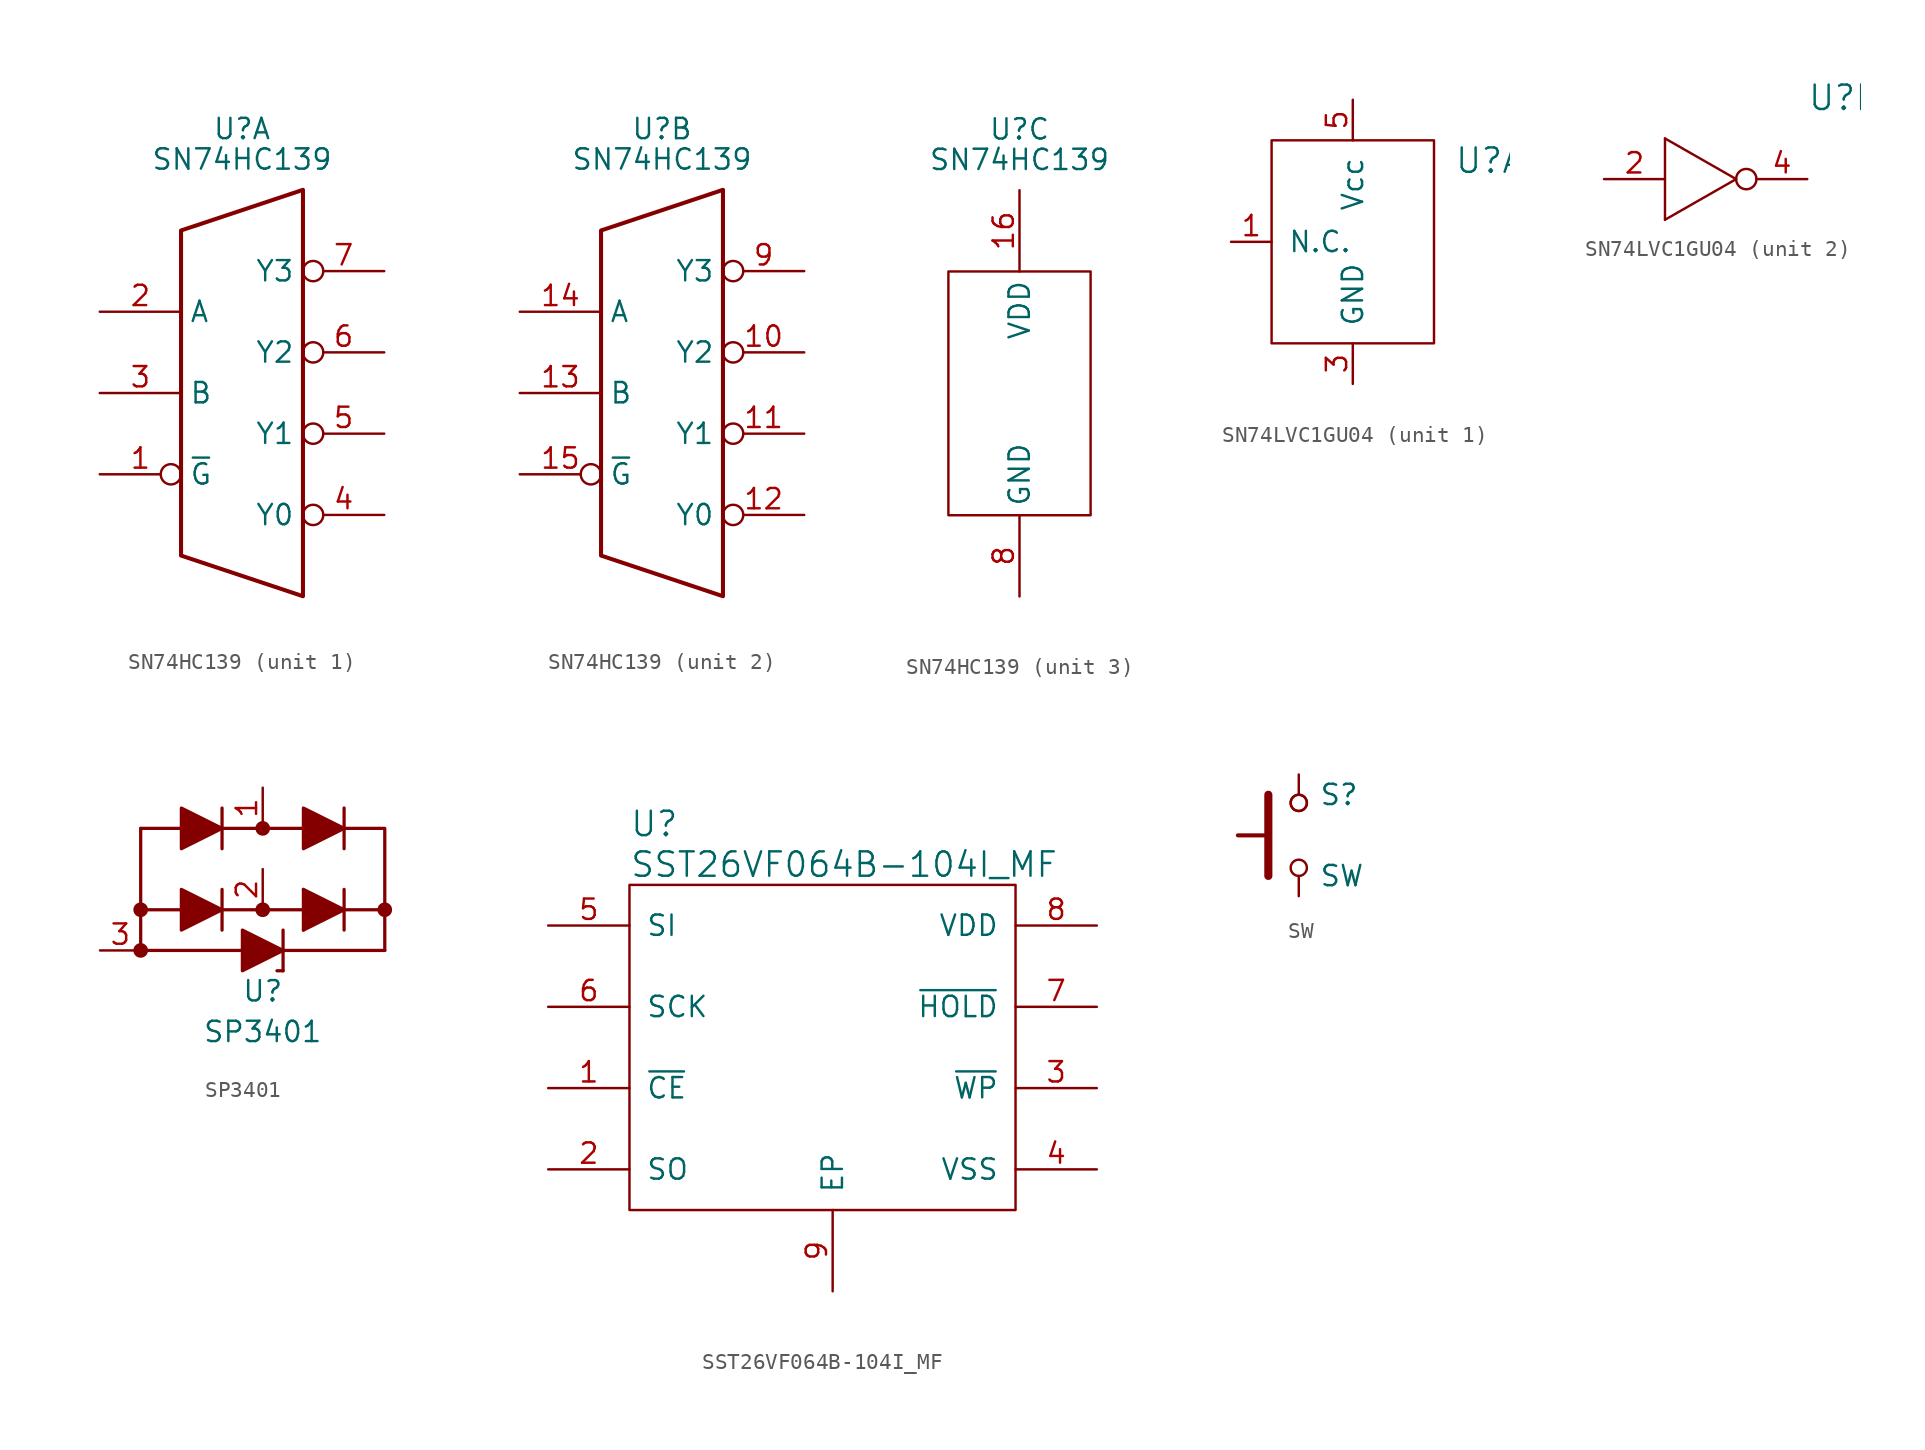
<source format=kicad_sym>
(kicad_symbol_lib
  (version 20231120)
  (generator "kicad_symbol_editor")
  (generator_version "8.0")
  (symbol "SN74HC139"
    (property "Reference" "U"
      (at 0 16.51 0)
      (effects (font (size 1.27 1.27))))
    (property "Value" "SN74HC139"
      (at 0 14.605 0)
      (effects (font (size 1.27 1.27))))
    (property "ki_locked" ""
      (at 0 0 0)
      (effects (font (size 1.27 1.27))))
    (symbol "SN74HC139_1_1"
      (polyline (pts (xy -3.81 10.16) (xy 3.81 12.7) (xy 3.81 -12.7) (xy -3.81 -10.16) (xy -3.81 10.16)) (stroke (width 0.254) (type default)) (fill (type none)))
      (pin input inverted (at -8.89 -5.08 0) (length 5.08) (name "~{G}" (effects (font (size 1.27 1.27)))) (number "1" (effects (font (size 1.27 1.27)))))
      (pin input line (at -8.89 5.08 0) (length 5.08) (name "A" (effects (font (size 1.27 1.27)))) (number "2" (effects (font (size 1.27 1.27)))))
      (pin input line (at -8.89 0 0) (length 5.08) (name "B" (effects (font (size 1.27 1.27)))) (number "3" (effects (font (size 1.27 1.27)))))
      (pin output inverted (at 8.89 -7.62 180) (length 5.08) (name "Y0" (effects (font (size 1.27 1.27)))) (number "4" (effects (font (size 1.27 1.27)))))
      (pin output inverted (at 8.89 -2.54 180) (length 5.08) (name "Y1" (effects (font (size 1.27 1.27)))) (number "5" (effects (font (size 1.27 1.27)))))
      (pin output inverted (at 8.89 2.54 180) (length 5.08) (name "Y2" (effects (font (size 1.27 1.27)))) (number "6" (effects (font (size 1.27 1.27)))))
      (pin output inverted (at 8.89 7.62 180) (length 5.08) (name "Y3" (effects (font (size 1.27 1.27)))) (number "7" (effects (font (size 1.27 1.27))))))
    (symbol "SN74HC139_2_1"
      (polyline (pts (xy -3.81 10.16) (xy 3.81 12.7) (xy 3.81 -12.7) (xy -3.81 -10.16) (xy -3.81 10.16)) (stroke (width 0.254) (type default)) (fill (type none)))
      (pin output inverted (at 8.89 2.54 180) (length 5.08) (name "Y2" (effects (font (size 1.27 1.27)))) (number "10" (effects (font (size 1.27 1.27)))))
      (pin output inverted (at 8.89 -2.54 180) (length 5.08) (name "Y1" (effects (font (size 1.27 1.27)))) (number "11" (effects (font (size 1.27 1.27)))))
      (pin output inverted (at 8.89 -7.62 180) (length 5.08) (name "Y0" (effects (font (size 1.27 1.27)))) (number "12" (effects (font (size 1.27 1.27)))))
      (pin input line (at -8.89 0 0) (length 5.08) (name "B" (effects (font (size 1.27 1.27)))) (number "13" (effects (font (size 1.27 1.27)))))
      (pin input line (at -8.89 5.08 0) (length 5.08) (name "A" (effects (font (size 1.27 1.27)))) (number "14" (effects (font (size 1.27 1.27)))))
      (pin input inverted (at -8.89 -5.08 0) (length 5.08) (name "~{G}" (effects (font (size 1.27 1.27)))) (number "15" (effects (font (size 1.27 1.27)))))
      (pin output inverted (at 8.89 7.62 180) (length 5.08) (name "Y3" (effects (font (size 1.27 1.27)))) (number "9" (effects (font (size 1.27 1.27))))))
    (symbol "SN74HC139_3_1"
      (rectangle (start -4.445 7.62) (end 4.445 -7.62) (stroke (width 0) (type default)) (fill (type none)))
      (pin power_in line (at 0 12.7 270) (length 5.08) (name "VDD" (effects (font (size 1.27 1.27)))) (number "16" (effects (font (size 1.27 1.27)))))
      (pin power_in line (at 0 -12.7 90) (length 5.08) (name "GND" (effects (font (size 1.27 1.27)))) (number "8" (effects (font (size 1.27 1.27)))))))
  (symbol "SN74LVC1GU04"
    (pin_names
      (offset 1.016))
    (property "Reference" "U"
      (at 6.35 5.08 0)
      (effects (font (size 1.524 1.524)) (justify left)))
    (property "ki_locked" ""
      (at 0 0 0)
      (effects (font (size 1.27 1.27))))
    (symbol "SN74LVC1GU04_1_1"
      (polyline (pts (xy -5.08 6.35) (xy 5.08 6.35) (xy 5.08 -6.35) (xy -5.08 -6.35) (xy -5.08 6.35)) (stroke (width 0) (type default)) (fill (type none)))
      (pin input line (at -7.62 0 0) (length 2.54) (name "N.C." (effects (font (size 1.27 1.27)))) (number "1" (effects (font (size 1.27 1.27)))))
      (pin input line (at 0 -8.89 90) (length 2.54) (name "GND" (effects (font (size 1.27 1.27)))) (number "3" (effects (font (size 1.27 1.27)))))
      (pin input line (at 0 8.89 270) (length 2.54) (name "Vcc" (effects (font (size 1.27 1.27)))) (number "5" (effects (font (size 1.27 1.27))))))
    (symbol "SN74LVC1GU04_2_1"
      (polyline (pts (xy -2.54 -2.54) (xy 1.905 0)) (stroke (width 0) (type default)) (fill (type none)))
      (polyline (pts (xy -2.54 2.54) (xy -2.54 -2.54)) (stroke (width 0) (type default)) (fill (type none)))
      (polyline (pts (xy -2.54 2.54) (xy 1.905 0)) (stroke (width 0) (type default)) (fill (type none)))
      (circle (center 2.54 0) (radius 0.635) (stroke (width 0) (type default)) (fill (type none)))
      (pin input line (at -6.35 0 0) (length 3.81) (name "~" (effects (font (size 1.27 1.27)))) (number "2" (effects (font (size 1.27 1.27)))))
      (pin input line (at 6.35 0 180) (length 3.175) (name "~" (effects (font (size 1.27 1.27)))) (number "4" (effects (font (size 1.27 1.27)))))))
  (symbol "SP3401"
    (pin_names
      (offset 1.016))
    (property "Reference" "U"
      (at 0 -10.16 0)
      (effects (font (size 1.27 1.27))))
    (property "Value" "SP3401"
      (at 0 -12.7 0)
      (effects (font (size 1.27 1.27))))
    (symbol "SP3401_0_1"
      (circle (center -7.62 -7.62) (radius 0.356) (stroke (width 0.203) (type default)) (fill (type outline)))
      (circle (center -7.62 -5.08) (radius 0.356) (stroke (width 0.203) (type default)) (fill (type outline)))
      (circle (center 0 -5.08) (radius 0.356) (stroke (width 0.203) (type default)) (fill (type outline)))
      (polyline (pts (xy -7.62 -7.62) (xy -7.62 0)) (stroke (width 0.203) (type default)) (fill (type none)))
      (polyline (pts (xy -7.62 -7.62) (xy -1.27 -7.62)) (stroke (width 0.203) (type default)) (fill (type none)))
      (polyline (pts (xy -7.62 0) (xy -5.08 0)) (stroke (width 0.203) (type default)) (fill (type none)))
      (polyline (pts (xy -5.08 -5.08) (xy -7.62 -5.08)) (stroke (width 0.203) (type default)) (fill (type none)))
      (polyline (pts (xy -2.54 -5.08) (xy 2.54 -5.08)) (stroke (width 0.203) (type default)) (fill (type none)))
      (polyline (pts (xy -2.54 -3.81) (xy -2.54 -6.35)) (stroke (width 0.203) (type default)) (fill (type none)))
      (polyline (pts (xy -2.54 0) (xy 2.54 0)) (stroke (width 0.203) (type default)) (fill (type none)))
      (polyline (pts (xy -2.54 1.27) (xy -2.54 -1.27)) (stroke (width 0.203) (type default)) (fill (type none)))
      (polyline (pts (xy 1.27 -8.89) (xy 0.889 -8.89)) (stroke (width 0.203) (type default)) (fill (type none)))
      (polyline (pts (xy 1.27 -7.62) (xy 7.62 -7.62)) (stroke (width 0.203) (type default)) (fill (type none)))
      (polyline (pts (xy 1.27 -6.35) (xy 1.27 -8.89)) (stroke (width 0.203) (type default)) (fill (type none)))
      (polyline (pts (xy 2.54 -3.81) (xy 2.54 -6.35)) (stroke (width 0.203) (type default)) (fill (type none)))
      (polyline (pts (xy 5.08 -3.81) (xy 5.08 -6.35)) (stroke (width 0.203) (type default)) (fill (type none)))
      (polyline (pts (xy 5.08 1.27) (xy 5.08 -1.27)) (stroke (width 0.203) (type default)) (fill (type none)))
      (polyline (pts (xy 7.62 -7.62) (xy 7.62 -5.08)) (stroke (width 0.203) (type default)) (fill (type none)))
      (polyline (pts (xy 2.54 -6.35) (xy 5.08 -5.08) (xy 2.54 -3.81)) (stroke (width 0.203) (type default)) (fill (type outline)))
      (polyline (pts (xy -5.08 -3.81) (xy -5.08 -6.35) (xy -2.54 -5.08) (xy -5.08 -3.81)) (stroke (width 0.203) (type default)) (fill (type outline)))
      (polyline (pts (xy -5.08 1.27) (xy -5.08 -1.27) (xy -2.54 0) (xy -5.08 1.27)) (stroke (width 0.203) (type default)) (fill (type outline)))
      (polyline (pts (xy -1.27 -6.35) (xy -1.27 -8.89) (xy 1.27 -7.62) (xy -1.27 -6.35)) (stroke (width 0.203) (type default)) (fill (type outline)))
      (polyline (pts (xy 2.54 1.27) (xy 2.54 -1.27) (xy 5.08 0) (xy 2.54 1.27)) (stroke (width 0.203) (type default)) (fill (type outline)))
      (polyline (pts (xy 5.08 0) (xy 7.62 0) (xy 7.62 -5.08) (xy 5.08 -5.08)) (stroke (width 0.203) (type default)) (fill (type none)))
      (circle (center 0 0) (radius 0.356) (stroke (width 0.203) (type default)) (fill (type outline)))
      (circle (center 7.62 -5.08) (radius 0.356) (stroke (width 0.203) (type default)) (fill (type outline))))
    (symbol "SP3401_1_1"
      (pin passive line (at 0 2.54 270) (length 2.54) (name "~" (effects (font (size 1.27 1.27)))) (number "1" (effects (font (size 1.27 1.27)))))
      (pin passive line (at 0 -2.54 270) (length 2.54) (name "~" (effects (font (size 1.27 1.27)))) (number "2" (effects (font (size 1.27 1.27)))))
      (pin passive line (at -10.16 -7.62 0) (length 2.54) (name "~" (effects (font (size 1.27 1.27)))) (number "3" (effects (font (size 1.27 1.27)))))))
  (symbol "SST26VF064B-104I_MF"
    (pin_names
      (offset 1.016))
    (property "Reference" "U"
      (at -12.7 13.97 0)
      (effects (font (size 1.524 1.524)) (justify left)))
    (property "Value" "SST26VF064B-104I_MF"
      (at -12.7 11.43 0)
      (effects (font (size 1.524 1.524)) (justify left)))
    (symbol "SST26VF064B-104I_MF_0_1"
      (rectangle (start -12.7 -10.16) (end 11.43 10.16) (stroke (width 0) (type default)) (fill (type none))))
    (symbol "SST26VF064B-104I_MF_1_1"
      (pin input line (at -17.78 -2.54 0) (length 5.08) (name "~{CE}" (effects (font (size 1.27 1.27)))) (number "1" (effects (font (size 1.27 1.27)))))
      (pin input line (at -17.78 -7.62 0) (length 5.08) (name "SO" (effects (font (size 1.27 1.27)))) (number "2" (effects (font (size 1.27 1.27)))))
      (pin input line (at 16.51 -2.54 180) (length 5.08) (name "~{WP}" (effects (font (size 1.27 1.27)))) (number "3" (effects (font (size 1.27 1.27)))))
      (pin input line (at 16.51 -7.62 180) (length 5.08) (name "VSS" (effects (font (size 1.27 1.27)))) (number "4" (effects (font (size 1.27 1.27)))))
      (pin input line (at -17.78 7.62 0) (length 5.08) (name "SI" (effects (font (size 1.27 1.27)))) (number "5" (effects (font (size 1.27 1.27)))))
      (pin input line (at -17.78 2.54 0) (length 5.08) (name "SCK" (effects (font (size 1.27 1.27)))) (number "6" (effects (font (size 1.27 1.27)))))
      (pin input line (at 16.51 2.54 180) (length 5.08) (name "~{HOLD}" (effects (font (size 1.27 1.27)))) (number "7" (effects (font (size 1.27 1.27)))))
      (pin input line (at 16.51 7.62 180) (length 5.08) (name "VDD" (effects (font (size 1.27 1.27)))) (number "8" (effects (font (size 1.27 1.27)))))
      (pin input line (at 0 -15.24 90) (length 5.08) (name "EP" (effects (font (size 1.27 1.27)))) (number "9" (effects (font (size 1.27 1.27)))))))
  (symbol "SW"
    (pin_numbers hide)
    (pin_names
      (offset 1.016) hide)
    (property "Reference" "S"
      (at 1.27 2.54 0)
      (effects (font (size 1.27 1.27)) (justify left)))
    (property "Value" "SW"
      (at 1.27 -2.54 0)
      (effects (font (size 1.27 1.27)) (justify left)))
    (symbol "SW_0_1"
      (circle (center 0 -2.032) (radius 0.508) (stroke (width 0) (type default)) (fill (type none)))
      (polyline (pts (xy -1.905 -2.54) (xy -1.905 2.54)) (stroke (width 0.508) (type default)) (fill (type none)))
      (polyline (pts (xy -1.905 0) (xy -3.81 0)) (stroke (width 0.254) (type default)) (fill (type none)))
      (circle (center 0 2.032) (radius 0.508) (stroke (width 0) (type default)) (fill (type none)))
      (circle (center 0 2.032) (radius 0.508) (stroke (width 0) (type default)) (fill (type none))))
    (symbol "SW_1_1"
      (pin input line (at 0 -3.81 90) (length 1.27) (name "1" (effects (font (size 1.27 1.27)))) (number "1" (effects (font (size 1.27 1.27)))))
      (pin input line (at 0 3.81 270) (length 1.27) (name "2" (effects (font (size 1.27 1.27)))) (number "2" (effects (font (size 1.27 1.27))))))))
</source>
